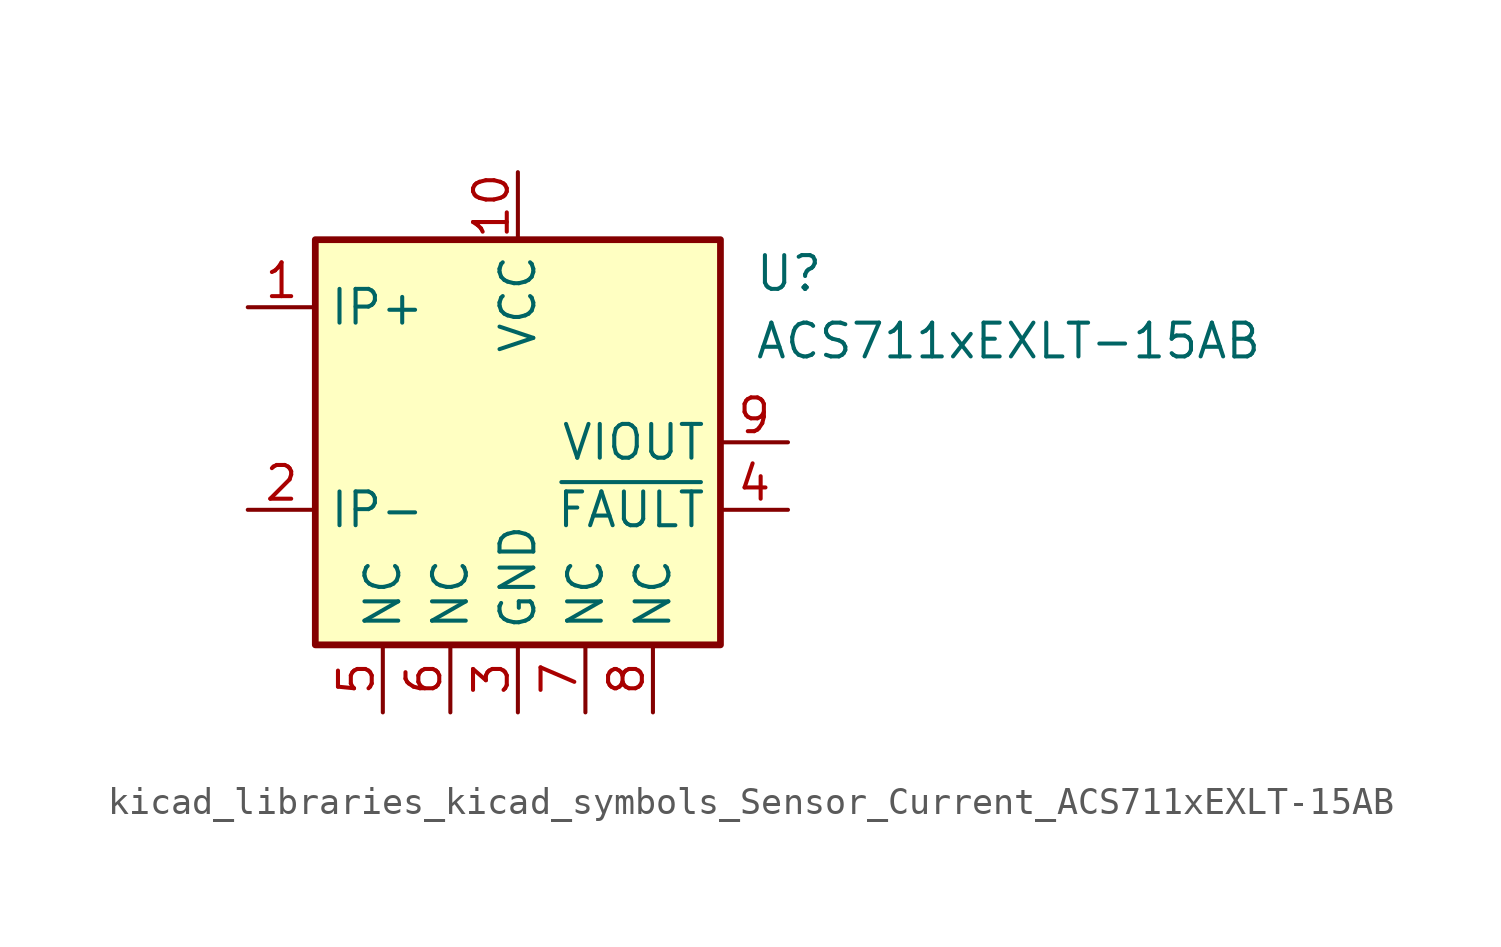
<source format=kicad_sym>
(kicad_symbol_lib
  (version 20220914)
  (generator kicad_symbol_editor)
  (symbol "kicad_libraries_kicad_symbols_Sensor_Current_ACS711xEXLT-15AB"
    (property "Reference" "U"
      (at 8.89 6.35 0)
      (effects (font (size 1.27 1.27)) (justify left)))
    (property "Value" "ACS711xEXLT-15AB"
      (at 8.89 3.81 0)
      (effects (font (size 1.27 1.27)) (justify left)))
    (symbol "kicad_libraries_kicad_symbols_Sensor_Current_ACS711xEXLT-15AB_0_1"
      (rectangle (start -7.62 7.62) (end 7.62 -7.62) (stroke (width 0.254) (type default)) (fill (type background))))
    (symbol "kicad_libraries_kicad_symbols_Sensor_Current_ACS711xEXLT-15AB_1_1"
      (pin passive line (at -10.16 5.08 0) (length 2.54) (name "IP+" (effects (font (size 1.27 1.27)))) (number "1" (effects (font (size 1.27 1.27)))))
      (pin power_in line (at 0 10.16 270) (length 2.54) (name "VCC" (effects (font (size 1.27 1.27)))) (number "10" (effects (font (size 1.27 1.27)))))
      (pin passive line (at -10.16 -2.54 0) (length 2.54) (name "IP-" (effects (font (size 1.27 1.27)))) (number "2" (effects (font (size 1.27 1.27)))))
      (pin power_in line (at 0 -10.16 90) (length 2.54) (name "GND" (effects (font (size 1.27 1.27)))) (number "3" (effects (font (size 1.27 1.27)))))
      (pin output line (at 10.16 -2.54 180) (length 2.54) (name "~{FAULT}" (effects (font (size 1.27 1.27)))) (number "4" (effects (font (size 1.27 1.27)))))
      (pin passive line (at -5.08 -10.16 90) (length 2.54) (name "NC" (effects (font (size 1.27 1.27)))) (number "5" (effects (font (size 1.27 1.27)))))
      (pin passive line (at -2.54 -10.16 90) (length 2.54) (name "NC" (effects (font (size 1.27 1.27)))) (number "6" (effects (font (size 1.27 1.27)))))
      (pin passive line (at 2.54 -10.16 90) (length 2.54) (name "NC" (effects (font (size 1.27 1.27)))) (number "7" (effects (font (size 1.27 1.27)))))
      (pin passive line (at 5.08 -10.16 90) (length 2.54) (name "NC" (effects (font (size 1.27 1.27)))) (number "8" (effects (font (size 1.27 1.27)))))
      (pin output line (at 10.16 0 180) (length 2.54) (name "VIOUT" (effects (font (size 1.27 1.27)))) (number "9" (effects (font (size 1.27 1.27))))))))
</source>
